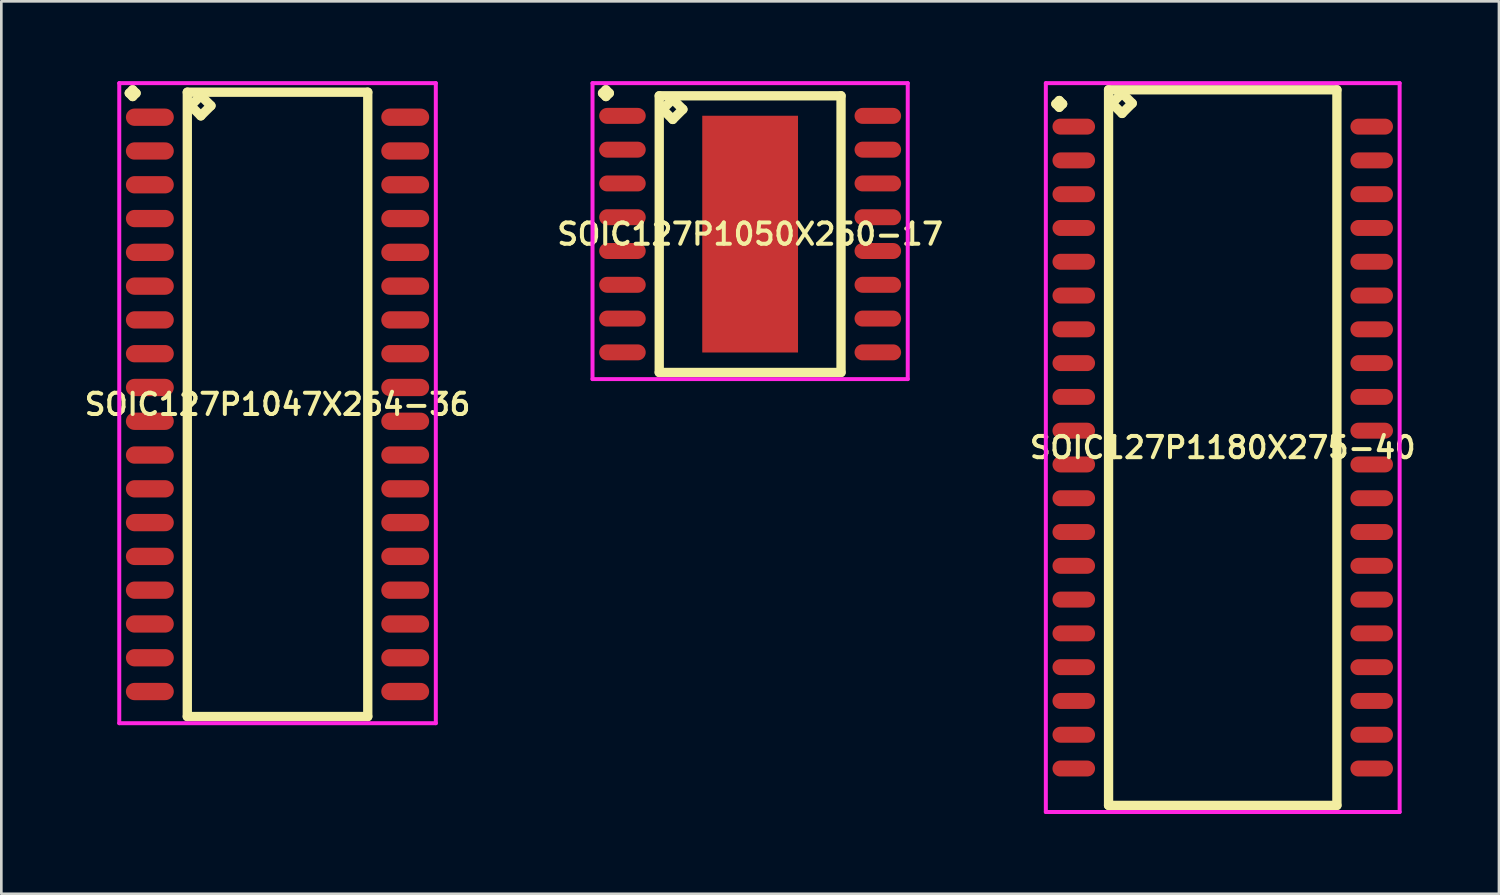
<source format=kicad_pcb>
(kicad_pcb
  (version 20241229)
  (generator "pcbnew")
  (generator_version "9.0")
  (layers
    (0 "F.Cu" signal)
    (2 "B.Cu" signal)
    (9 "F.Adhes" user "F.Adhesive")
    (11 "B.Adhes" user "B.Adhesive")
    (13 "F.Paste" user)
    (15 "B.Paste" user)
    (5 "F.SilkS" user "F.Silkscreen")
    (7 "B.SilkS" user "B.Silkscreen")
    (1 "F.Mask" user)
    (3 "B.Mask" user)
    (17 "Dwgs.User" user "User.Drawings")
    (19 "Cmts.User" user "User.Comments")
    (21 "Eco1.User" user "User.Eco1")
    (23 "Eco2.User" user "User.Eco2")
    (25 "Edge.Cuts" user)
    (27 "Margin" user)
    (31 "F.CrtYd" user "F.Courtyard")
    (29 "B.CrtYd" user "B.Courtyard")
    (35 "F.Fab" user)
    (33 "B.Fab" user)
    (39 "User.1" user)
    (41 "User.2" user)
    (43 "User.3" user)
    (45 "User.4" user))
  (footprint "SOIC127P1180X275-40"
    (layer "F.Cu")
    (at 42.915 13.775)
    (property "Reference" "SOIC127P1180X275-40" (at 0 0 0) (layer "F.SilkS") (effects (font (size 0.8 0.8) (thickness 0.15))))
    (attr smd)
    (fp_line (start -6.273 -12.919) (end -6.146 -13.046) (stroke (width 0.35) (type solid)) (layer "F.SilkS"))
    (fp_line (start -6.146 -13.046) (end -6.019 -12.919) (stroke (width 0.35) (type solid)) (layer "F.SilkS"))
    (fp_line (start -6.146 -12.792) (end -6.273 -12.919) (stroke (width 0.35) (type solid)) (layer "F.SilkS"))
    (fp_line (start -6.019 -12.919) (end -6.146 -12.792) (stroke (width 0.35) (type solid)) (layer "F.SilkS"))
    (fp_line (start -4.292 -13.45) (end -4.292 13.45) (stroke (width 0.35) (type solid)) (layer "F.SilkS"))
    (fp_line (start -4.292 13.45) (end 4.292 13.45) (stroke (width 0.35) (type solid)) (layer "F.SilkS"))
    (fp_line (start -4.165 -12.942) (end -3.784 -13.323) (stroke (width 0.35) (type solid)) (layer "F.SilkS"))
    (fp_line (start -3.784 -13.323) (end -3.403 -12.942) (stroke (width 0.35) (type solid)) (layer "F.SilkS"))
    (fp_line (start -3.784 -12.561) (end -4.165 -12.942) (stroke (width 0.35) (type solid)) (layer "F.SilkS"))
    (fp_line (start -3.403 -12.942) (end -3.784 -12.561) (stroke (width 0.35) (type solid)) (layer "F.SilkS"))
    (fp_line (start 4.292 -13.45) (end -4.292 -13.45) (stroke (width 0.35) (type solid)) (layer "F.SilkS"))
    (fp_line (start 4.292 13.45) (end 4.292 -13.45) (stroke (width 0.35) (type solid)) (layer "F.SilkS"))
    (fp_line (start -6.65 -13.7) (end 6.65 -13.7) (stroke (width 0.15) (type solid)) (layer "F.CrtYd"))
    (fp_line (start -6.65 13.7) (end -6.65 -13.7) (stroke (width 0.15) (type solid)) (layer "F.CrtYd"))
    (fp_line (start 6.65 -13.7) (end 6.65 13.7) (stroke (width 0.15) (type solid)) (layer "F.CrtYd"))
    (fp_line (start 6.65 13.7) (end -6.65 13.7) (stroke (width 0.15) (type solid)) (layer "F.CrtYd"))
    (pad "1" smd oval (at -5.6 -12.065) (size 1.6 0.6) (layers "F.Cu" "F.Mask" "F.Paste"))
    (pad "2" smd oval (at -5.6 -10.795) (size 1.6 0.6) (layers "F.Cu" "F.Mask" "F.Paste"))
    (pad "3" smd oval (at -5.6 -9.525) (size 1.6 0.6) (layers "F.Cu" "F.Mask" "F.Paste"))
    (pad "4" smd oval (at -5.6 -8.255) (size 1.6 0.6) (layers "F.Cu" "F.Mask" "F.Paste"))
    (pad "5" smd oval (at -5.6 -6.985) (size 1.6 0.6) (layers "F.Cu" "F.Mask" "F.Paste"))
    (pad "6" smd oval (at -5.6 -5.715) (size 1.6 0.6) (layers "F.Cu" "F.Mask" "F.Paste"))
    (pad "7" smd oval (at -5.6 -4.445) (size 1.6 0.6) (layers "F.Cu" "F.Mask" "F.Paste"))
    (pad "8" smd oval (at -5.6 -3.175) (size 1.6 0.6) (layers "F.Cu" "F.Mask" "F.Paste"))
    (pad "9" smd oval (at -5.6 -1.905) (size 1.6 0.6) (layers "F.Cu" "F.Mask" "F.Paste"))
    (pad "10" smd oval (at -5.6 -0.635) (size 1.6 0.6) (layers "F.Cu" "F.Mask" "F.Paste"))
    (pad "11" smd oval (at -5.6 0.635) (size 1.6 0.6) (layers "F.Cu" "F.Mask" "F.Paste"))
    (pad "12" smd oval (at -5.6 1.905) (size 1.6 0.6) (layers "F.Cu" "F.Mask" "F.Paste"))
    (pad "13" smd oval (at -5.6 3.175) (size 1.6 0.6) (layers "F.Cu" "F.Mask" "F.Paste"))
    (pad "14" smd oval (at -5.6 4.445) (size 1.6 0.6) (layers "F.Cu" "F.Mask" "F.Paste"))
    (pad "15" smd oval (at -5.6 5.715) (size 1.6 0.6) (layers "F.Cu" "F.Mask" "F.Paste"))
    (pad "16" smd oval (at -5.6 6.985) (size 1.6 0.6) (layers "F.Cu" "F.Mask" "F.Paste"))
    (pad "17" smd oval (at -5.6 8.255) (size 1.6 0.6) (layers "F.Cu" "F.Mask" "F.Paste"))
    (pad "18" smd oval (at -5.6 9.525) (size 1.6 0.6) (layers "F.Cu" "F.Mask" "F.Paste"))
    (pad "19" smd oval (at -5.6 10.795) (size 1.6 0.6) (layers "F.Cu" "F.Mask" "F.Paste"))
    (pad "20" smd oval (at -5.6 12.065) (size 1.6 0.6) (layers "F.Cu" "F.Mask" "F.Paste"))
    (pad "21" smd oval (at 5.6 12.065) (size 1.6 0.6) (layers "F.Cu" "F.Mask" "F.Paste"))
    (pad "22" smd oval (at 5.6 10.795) (size 1.6 0.6) (layers "F.Cu" "F.Mask" "F.Paste"))
    (pad "23" smd oval (at 5.6 9.525) (size 1.6 0.6) (layers "F.Cu" "F.Mask" "F.Paste"))
    (pad "24" smd oval (at 5.6 8.255) (size 1.6 0.6) (layers "F.Cu" "F.Mask" "F.Paste"))
    (pad "25" smd oval (at 5.6 6.985) (size 1.6 0.6) (layers "F.Cu" "F.Mask" "F.Paste"))
    (pad "26" smd oval (at 5.6 5.715) (size 1.6 0.6) (layers "F.Cu" "F.Mask" "F.Paste"))
    (pad "27" smd oval (at 5.6 4.445) (size 1.6 0.6) (layers "F.Cu" "F.Mask" "F.Paste"))
    (pad "28" smd oval (at 5.6 3.175) (size 1.6 0.6) (layers "F.Cu" "F.Mask" "F.Paste"))
    (pad "29" smd oval (at 5.6 1.905) (size 1.6 0.6) (layers "F.Cu" "F.Mask" "F.Paste"))
    (pad "30" smd oval (at 5.6 0.635) (size 1.6 0.6) (layers "F.Cu" "F.Mask" "F.Paste"))
    (pad "31" smd oval (at 5.6 -0.635) (size 1.6 0.6) (layers "F.Cu" "F.Mask" "F.Paste"))
    (pad "32" smd oval (at 5.6 -1.905) (size 1.6 0.6) (layers "F.Cu" "F.Mask" "F.Paste"))
    (pad "33" smd oval (at 5.6 -3.175) (size 1.6 0.6) (layers "F.Cu" "F.Mask" "F.Paste"))
    (pad "34" smd oval (at 5.6 -4.445) (size 1.6 0.6) (layers "F.Cu" "F.Mask" "F.Paste"))
    (pad "35" smd oval (at 5.6 -5.715) (size 1.6 0.6) (layers "F.Cu" "F.Mask" "F.Paste"))
    (pad "36" smd oval (at 5.6 -6.985) (size 1.6 0.6) (layers "F.Cu" "F.Mask" "F.Paste"))
    (pad "37" smd oval (at 5.6 -8.255) (size 1.6 0.6) (layers "F.Cu" "F.Mask" "F.Paste"))
    (pad "38" smd oval (at 5.6 -9.525) (size 1.6 0.6) (layers "F.Cu" "F.Mask" "F.Paste"))
    (pad "39" smd oval (at 5.6 -10.795) (size 1.6 0.6) (layers "F.Cu" "F.Mask" "F.Paste"))
    (pad "40" smd oval (at 5.6 -12.065) (size 1.6 0.6) (layers "F.Cu" "F.Mask" "F.Paste")))
  (footprint "SOIC127P1047X264-36"
    (layer "F.Cu")
    (at 7.383 12.151)
    (property "Reference" "SOIC127P1047X264-36" (at 0 0 0) (layer "F.SilkS") (effects (font (size 0.8 0.8) (thickness 0.15))))
    (attr smd)
    (fp_line (start -5.573 -11.699) (end -5.446 -11.826) (stroke (width 0.35) (type solid)) (layer "F.SilkS"))
    (fp_line (start -5.446 -11.826) (end -5.319 -11.699) (stroke (width 0.35) (type solid)) (layer "F.SilkS"))
    (fp_line (start -5.446 -11.572) (end -5.573 -11.699) (stroke (width 0.35) (type solid)) (layer "F.SilkS"))
    (fp_line (start -5.319 -11.699) (end -5.446 -11.572) (stroke (width 0.35) (type solid)) (layer "F.SilkS"))
    (fp_line (start -3.392 -11.735) (end -3.392 11.735) (stroke (width 0.35) (type solid)) (layer "F.SilkS"))
    (fp_line (start -3.392 11.735) (end 3.392 11.735) (stroke (width 0.35) (type solid)) (layer "F.SilkS"))
    (fp_line (start -3.265 -11.227) (end -2.884 -11.608) (stroke (width 0.35) (type solid)) (layer "F.SilkS"))
    (fp_line (start -2.884 -11.608) (end -2.503 -11.227) (stroke (width 0.35) (type solid)) (layer "F.SilkS"))
    (fp_line (start -2.884 -10.846) (end -3.265 -11.227) (stroke (width 0.35) (type solid)) (layer "F.SilkS"))
    (fp_line (start -2.503 -11.227) (end -2.884 -10.846) (stroke (width 0.35) (type solid)) (layer "F.SilkS"))
    (fp_line (start 3.392 -11.735) (end -3.392 -11.735) (stroke (width 0.35) (type solid)) (layer "F.SilkS"))
    (fp_line (start 3.392 11.735) (end 3.392 -11.735) (stroke (width 0.35) (type solid)) (layer "F.SilkS"))
    (fp_line (start -5.95 -12.076) (end 5.95 -12.076) (stroke (width 0.15) (type solid)) (layer "F.CrtYd"))
    (fp_line (start -5.95 11.985) (end -5.95 -12.076) (stroke (width 0.15) (type solid)) (layer "F.CrtYd"))
    (fp_line (start 5.95 -12.076) (end 5.95 11.985) (stroke (width 0.15) (type solid)) (layer "F.CrtYd"))
    (fp_line (start 5.95 11.985) (end -5.95 11.985) (stroke (width 0.15) (type solid)) (layer "F.CrtYd"))
    (pad "1" smd oval (at -4.8 -10.795) (size 1.8 0.65) (layers "F.Cu" "F.Mask" "F.Paste"))
    (pad "2" smd oval (at -4.8 -9.525) (size 1.8 0.65) (layers "F.Cu" "F.Mask" "F.Paste"))
    (pad "3" smd oval (at -4.8 -8.255) (size 1.8 0.65) (layers "F.Cu" "F.Mask" "F.Paste"))
    (pad "4" smd oval (at -4.8 -6.985) (size 1.8 0.65) (layers "F.Cu" "F.Mask" "F.Paste"))
    (pad "5" smd oval (at -4.8 -5.715) (size 1.8 0.65) (layers "F.Cu" "F.Mask" "F.Paste"))
    (pad "6" smd oval (at -4.8 -4.445) (size 1.8 0.65) (layers "F.Cu" "F.Mask" "F.Paste"))
    (pad "7" smd oval (at -4.8 -3.175) (size 1.8 0.65) (layers "F.Cu" "F.Mask" "F.Paste"))
    (pad "8" smd oval (at -4.8 -1.905) (size 1.8 0.65) (layers "F.Cu" "F.Mask" "F.Paste"))
    (pad "9" smd oval (at -4.8 -0.635) (size 1.8 0.65) (layers "F.Cu" "F.Mask" "F.Paste"))
    (pad "10" smd oval (at -4.8 0.635) (size 1.8 0.65) (layers "F.Cu" "F.Mask" "F.Paste"))
    (pad "11" smd oval (at -4.8 1.905) (size 1.8 0.65) (layers "F.Cu" "F.Mask" "F.Paste"))
    (pad "12" smd oval (at -4.8 3.175) (size 1.8 0.65) (layers "F.Cu" "F.Mask" "F.Paste"))
    (pad "13" smd oval (at -4.8 4.445) (size 1.8 0.65) (layers "F.Cu" "F.Mask" "F.Paste"))
    (pad "14" smd oval (at -4.8 5.715) (size 1.8 0.65) (layers "F.Cu" "F.Mask" "F.Paste"))
    (pad "15" smd oval (at -4.8 6.985) (size 1.8 0.65) (layers "F.Cu" "F.Mask" "F.Paste"))
    (pad "16" smd oval (at -4.8 8.255) (size 1.8 0.65) (layers "F.Cu" "F.Mask" "F.Paste"))
    (pad "17" smd oval (at -4.8 9.525) (size 1.8 0.65) (layers "F.Cu" "F.Mask" "F.Paste"))
    (pad "18" smd oval (at -4.8 10.795) (size 1.8 0.65) (layers "F.Cu" "F.Mask" "F.Paste"))
    (pad "19" smd oval (at 4.8 10.795) (size 1.8 0.65) (layers "F.Cu" "F.Mask" "F.Paste"))
    (pad "20" smd oval (at 4.8 9.525) (size 1.8 0.65) (layers "F.Cu" "F.Mask" "F.Paste"))
    (pad "21" smd oval (at 4.8 8.255) (size 1.8 0.65) (layers "F.Cu" "F.Mask" "F.Paste"))
    (pad "22" smd oval (at 4.8 6.985) (size 1.8 0.65) (layers "F.Cu" "F.Mask" "F.Paste"))
    (pad "23" smd oval (at 4.8 5.715) (size 1.8 0.65) (layers "F.Cu" "F.Mask" "F.Paste"))
    (pad "24" smd oval (at 4.8 4.445) (size 1.8 0.65) (layers "F.Cu" "F.Mask" "F.Paste"))
    (pad "25" smd oval (at 4.8 3.175) (size 1.8 0.65) (layers "F.Cu" "F.Mask" "F.Paste"))
    (pad "26" smd oval (at 4.8 1.905) (size 1.8 0.65) (layers "F.Cu" "F.Mask" "F.Paste"))
    (pad "27" smd oval (at 4.8 0.635) (size 1.8 0.65) (layers "F.Cu" "F.Mask" "F.Paste"))
    (pad "28" smd oval (at 4.8 -0.635) (size 1.8 0.65) (layers "F.Cu" "F.Mask" "F.Paste"))
    (pad "29" smd oval (at 4.8 -1.905) (size 1.8 0.65) (layers "F.Cu" "F.Mask" "F.Paste"))
    (pad "30" smd oval (at 4.8 -3.175) (size 1.8 0.65) (layers "F.Cu" "F.Mask" "F.Paste"))
    (pad "31" smd oval (at 4.8 -4.445) (size 1.8 0.65) (layers "F.Cu" "F.Mask" "F.Paste"))
    (pad "32" smd oval (at 4.8 -5.715) (size 1.8 0.65) (layers "F.Cu" "F.Mask" "F.Paste"))
    (pad "33" smd oval (at 4.8 -6.985) (size 1.8 0.65) (layers "F.Cu" "F.Mask" "F.Paste"))
    (pad "34" smd oval (at 4.8 -8.255) (size 1.8 0.65) (layers "F.Cu" "F.Mask" "F.Paste"))
    (pad "35" smd oval (at 4.8 -9.525) (size 1.8 0.65) (layers "F.Cu" "F.Mask" "F.Paste"))
    (pad "36" smd oval (at 4.8 -10.795) (size 1.8 0.65) (layers "F.Cu" "F.Mask" "F.Paste")))
  (footprint "SOIC127P1050X250-17"
    (layer "F.Cu")
    (at 25.149 5.751)
    (property "Reference" "SOIC127P1050X250-17" (at 0 0 0) (layer "F.SilkS") (effects (font (size 0.8 0.8) (thickness 0.15))))
    (attr smd)
    (fp_line (start -5.548 -5.299) (end -5.421 -5.426) (stroke (width 0.35) (type solid)) (layer "F.SilkS"))
    (fp_line (start -5.421 -5.426) (end -5.294 -5.299) (stroke (width 0.35) (type solid)) (layer "F.SilkS"))
    (fp_line (start -5.421 -5.172) (end -5.548 -5.299) (stroke (width 0.35) (type solid)) (layer "F.SilkS"))
    (fp_line (start -5.294 -5.299) (end -5.421 -5.172) (stroke (width 0.35) (type solid)) (layer "F.SilkS"))
    (fp_line (start -3.417 -5.2) (end -3.417 5.2) (stroke (width 0.35) (type solid)) (layer "F.SilkS"))
    (fp_line (start -3.417 5.2) (end 3.417 5.2) (stroke (width 0.35) (type solid)) (layer "F.SilkS"))
    (fp_line (start -3.29 -4.692) (end -2.909 -5.073) (stroke (width 0.35) (type solid)) (layer "F.SilkS"))
    (fp_line (start -2.909 -5.073) (end -2.528 -4.692) (stroke (width 0.35) (type solid)) (layer "F.SilkS"))
    (fp_line (start -2.909 -4.311) (end -3.29 -4.692) (stroke (width 0.35) (type solid)) (layer "F.SilkS"))
    (fp_line (start -2.528 -4.692) (end -2.909 -4.311) (stroke (width 0.35) (type solid)) (layer "F.SilkS"))
    (fp_line (start 3.417 -5.2) (end -3.417 -5.2) (stroke (width 0.35) (type solid)) (layer "F.SilkS"))
    (fp_line (start 3.417 5.2) (end 3.417 -5.2) (stroke (width 0.35) (type solid)) (layer "F.SilkS"))
    (fp_line (start -5.925 -5.676) (end 5.925 -5.676) (stroke (width 0.15) (type solid)) (layer "F.CrtYd"))
    (fp_line (start -5.925 5.45) (end -5.925 -5.676) (stroke (width 0.15) (type solid)) (layer "F.CrtYd"))
    (fp_line (start 5.925 -5.676) (end 5.925 5.45) (stroke (width 0.15) (type solid)) (layer "F.CrtYd"))
    (fp_line (start 5.925 5.45) (end -5.925 5.45) (stroke (width 0.15) (type solid)) (layer "F.CrtYd"))
    (pad "1" smd oval (at -4.8 -4.445) (size 1.75 0.6) (layers "F.Cu" "F.Mask" "F.Paste"))
    (pad "2" smd oval (at -4.8 -3.175) (size 1.75 0.6) (layers "F.Cu" "F.Mask" "F.Paste"))
    (pad "3" smd oval (at -4.8 -1.905) (size 1.75 0.6) (layers "F.Cu" "F.Mask" "F.Paste"))
    (pad "4" smd oval (at -4.8 -0.635) (size 1.75 0.6) (layers "F.Cu" "F.Mask" "F.Paste"))
    (pad "5" smd oval (at -4.8 0.635) (size 1.75 0.6) (layers "F.Cu" "F.Mask" "F.Paste"))
    (pad "6" smd oval (at -4.8 1.905) (size 1.75 0.6) (layers "F.Cu" "F.Mask" "F.Paste"))
    (pad "7" smd oval (at -4.8 3.175) (size 1.75 0.6) (layers "F.Cu" "F.Mask" "F.Paste"))
    (pad "8" smd oval (at -4.8 4.445) (size 1.75 0.6) (layers "F.Cu" "F.Mask" "F.Paste"))
    (pad "9" smd oval (at 4.8 4.445) (size 1.75 0.6) (layers "F.Cu" "F.Mask" "F.Paste"))
    (pad "10" smd oval (at 4.8 3.175) (size 1.75 0.6) (layers "F.Cu" "F.Mask" "F.Paste"))
    (pad "11" smd oval (at 4.8 1.905) (size 1.75 0.6) (layers "F.Cu" "F.Mask" "F.Paste"))
    (pad "12" smd oval (at 4.8 0.635) (size 1.75 0.6) (layers "F.Cu" "F.Mask" "F.Paste"))
    (pad "13" smd oval (at 4.8 -0.635) (size 1.75 0.6) (layers "F.Cu" "F.Mask" "F.Paste"))
    (pad "14" smd oval (at 4.8 -1.905) (size 1.75 0.6) (layers "F.Cu" "F.Mask" "F.Paste"))
    (pad "15" smd oval (at 4.8 -3.175) (size 1.75 0.6) (layers "F.Cu" "F.Mask" "F.Paste"))
    (pad "16" smd oval (at 4.8 -4.445) (size 1.75 0.6) (layers "F.Cu" "F.Mask" "F.Paste"))
    (pad "17" smd rect (at 0 0) (size 3.6 8.9) (layers "F.Cu" "F.Mask" "F.Paste")))
  (gr_rect
    (start -3 -3)
    (end 53.299 30.55)
    (stroke (width 0.1) (type default))
    (fill no)
    (layer "Edge.Cuts")))
</source>
